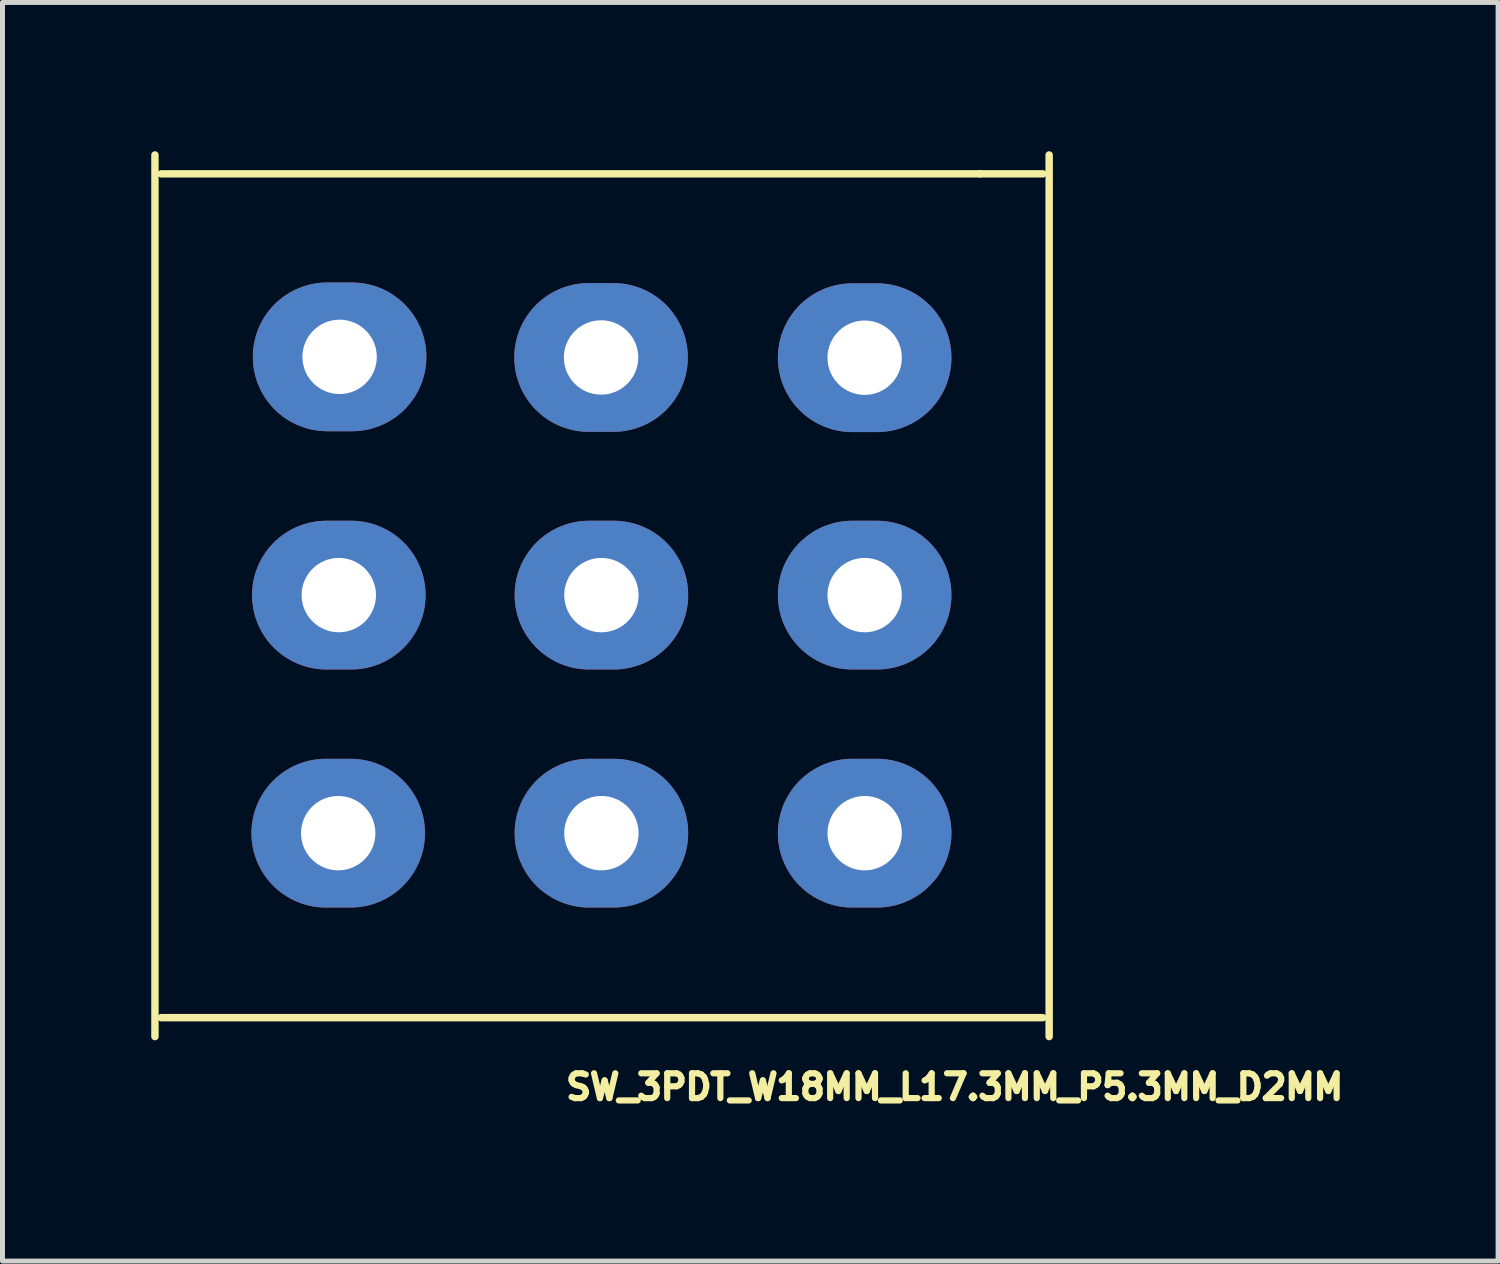
<source format=kicad_pcb>
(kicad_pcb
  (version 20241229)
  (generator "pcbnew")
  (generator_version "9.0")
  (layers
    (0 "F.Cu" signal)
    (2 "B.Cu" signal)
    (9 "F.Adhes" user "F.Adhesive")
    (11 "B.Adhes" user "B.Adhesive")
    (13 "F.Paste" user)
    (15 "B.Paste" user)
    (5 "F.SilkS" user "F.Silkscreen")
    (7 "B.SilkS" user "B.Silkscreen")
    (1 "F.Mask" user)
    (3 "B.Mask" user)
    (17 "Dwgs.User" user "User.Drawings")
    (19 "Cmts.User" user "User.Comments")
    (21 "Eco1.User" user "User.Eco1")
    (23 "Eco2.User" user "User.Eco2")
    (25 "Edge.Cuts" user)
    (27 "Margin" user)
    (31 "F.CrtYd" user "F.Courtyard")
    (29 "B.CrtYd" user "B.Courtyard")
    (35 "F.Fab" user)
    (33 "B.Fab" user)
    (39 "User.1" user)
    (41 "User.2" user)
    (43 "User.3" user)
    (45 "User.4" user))
  (footprint "SW_3PDT_W18MM_L17.3MM_P5.3MM_D2MM"
    (layer "F.Cu")
    (at 9.092 8.965)
    (property "Reference" "SW_3PDT_W18MM_L17.3MM_P5.3MM_D2MM" (at 7.112 9.906 0) (layer "F.SilkS") (effects (font (size 0.5 0.5) (thickness 0.125))))
    (attr through_hole)
    (fp_line (start -9.017 8.89) (end -9.017 -8.89) (stroke (width 0.15) (type solid)) (layer "F.SilkS"))
    (fp_line (start -8.89 -8.509) (end 7.62 -8.509) (stroke (width 0.15) (type solid)) (layer "F.SilkS"))
    (fp_line (start 7.62 -8.509) (end 8.89 -8.509) (stroke (width 0.15) (type solid)) (layer "F.SilkS"))
    (fp_line (start 8.89 8.509) (end -8.89 8.509) (stroke (width 0.15) (type solid)) (layer "F.SilkS"))
    (fp_line (start 9.017 -8.89) (end 9.017 8.89) (stroke (width 0.15) (type solid)) (layer "F.SilkS"))
    (pad "1" thru_hole oval (at -5.293 -4.818) (size 3.5 3) (drill 1.5) (layers "*.Cu" "*.Mask"))
    (pad "2" thru_hole oval (at -5.309 -0.013) (size 3.5 3) (drill 1.5) (layers "*.Cu" "*.Mask"))
    (pad "3" thru_hole oval (at -5.321 4.788) (size 3.5 3) (drill 1.5) (layers "*.Cu" "*.Mask"))
    (pad "4" thru_hole oval (at -0.02 -4.806) (size 3.5 3) (drill 1.5) (layers "*.Cu" "*.Mask"))
    (pad "5" thru_hole oval (at -0.013 -0.013) (size 3.5 3) (drill 1.5) (layers "*.Cu" "*.Mask"))
    (pad "6" thru_hole oval (at -0.013 4.788) (size 3.5 3) (drill 1.5) (layers "*.Cu" "*.Mask"))
    (pad "7" thru_hole oval (at 5.296 -4.801) (size 3.5 3) (drill 1.5) (layers "*.Cu" "*.Mask"))
    (pad "8" thru_hole oval (at 5.296 -0.013) (size 3.5 3) (drill 1.5) (layers "*.Cu" "*.Mask"))
    (pad "9" thru_hole oval (at 5.296 4.788) (size 3.5 3) (drill 1.5) (layers "*.Cu" "*.Mask")))
  (gr_rect
    (start -3 -3)
    (end 27.163 22.383)
    (stroke (width 0.1) (type default))
    (fill no)
    (layer "Edge.Cuts")))
</source>
